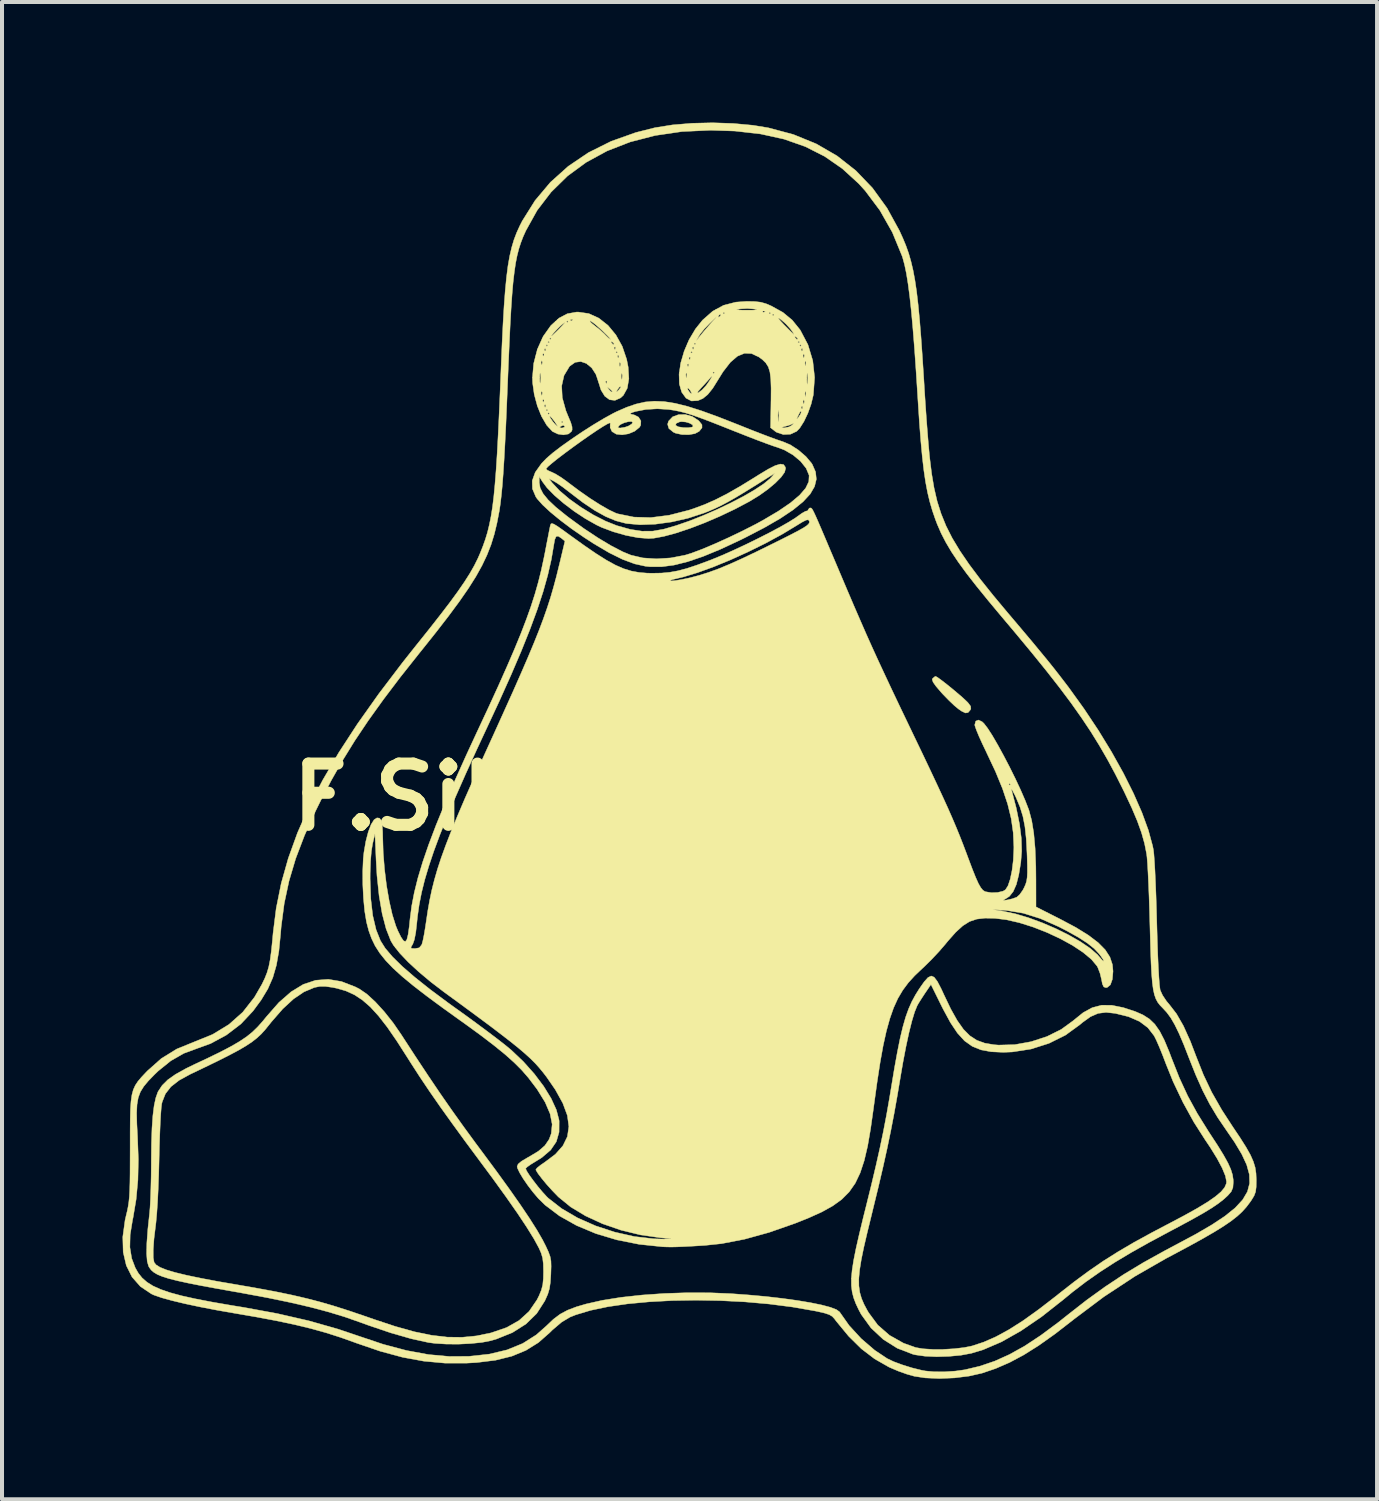
<source format=kicad_pcb>
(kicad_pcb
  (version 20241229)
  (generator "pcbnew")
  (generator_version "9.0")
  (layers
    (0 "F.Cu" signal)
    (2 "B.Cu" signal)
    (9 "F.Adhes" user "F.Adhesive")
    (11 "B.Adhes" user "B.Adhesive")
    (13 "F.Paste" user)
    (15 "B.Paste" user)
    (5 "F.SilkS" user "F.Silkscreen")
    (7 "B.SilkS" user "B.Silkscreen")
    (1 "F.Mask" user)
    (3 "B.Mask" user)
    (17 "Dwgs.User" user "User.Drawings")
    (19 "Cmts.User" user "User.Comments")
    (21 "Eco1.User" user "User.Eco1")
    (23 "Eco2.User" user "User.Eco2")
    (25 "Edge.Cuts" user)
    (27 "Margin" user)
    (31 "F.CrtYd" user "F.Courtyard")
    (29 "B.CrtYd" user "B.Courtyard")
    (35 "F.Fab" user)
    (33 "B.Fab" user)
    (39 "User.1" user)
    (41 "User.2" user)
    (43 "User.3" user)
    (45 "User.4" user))
  (footprint "F.Silk_g1518"
    (layer "F.Cu")
    (at 11.554 16.786)
    (property "Reference" "F.Silk_g1518" (at 0 0 0) (layer "F.SilkS") (effects (font (size 1.524 1.524) (thickness 0.3))))
    (attr through_hole)
    (fp_poly (pts (xy 8.726 -2.98) (xy 8.821 -2.911) (xy 8.948 -2.813) (xy 9.09 -2.698) (xy 9.233 -2.578) (xy 9.36 -2.468) (xy 9.455 -2.379) (xy 9.481 -2.353) (xy 9.549 -2.263) (xy 9.555 -2.196) (xy 9.542 -2.17) (xy 9.486 -2.105) (xy 9.42 -2.094) (xy 9.324 -2.14) (xy 9.246 -2.194) (xy 9.14 -2.282) (xy 9.004 -2.412) (xy 8.861 -2.559) (xy 8.818 -2.606) (xy 8.689 -2.757) (xy 8.616 -2.86) (xy 8.593 -2.924) (xy 8.602 -2.952) (xy 8.659 -2.999) (xy 8.679 -3.006) (xy 8.726 -2.98)) (stroke (width 0.01) (type solid)) (fill yes) (layer "F.SilkS"))
    (fp_poly (pts (xy 2.622 -9.473) (xy 2.776 -9.373) (xy 2.792 -9.357) (xy 2.864 -9.267) (xy 2.865 -9.191) (xy 2.794 -9.102) (xy 2.69 -9.046) (xy 2.537 -9.019) (xy 2.366 -9.022) (xy 2.209 -9.056) (xy 2.153 -9.081) (xy 2.04 -9.173) (xy 2.016 -9.254) (xy 2.208 -9.254) (xy 2.272 -9.216) (xy 2.275 -9.216) (xy 2.396 -9.196) (xy 2.519 -9.193) (xy 2.613 -9.206) (xy 2.643 -9.224) (xy 2.629 -9.265) (xy 2.558 -9.305) (xy 2.458 -9.335) (xy 2.354 -9.344) (xy 2.308 -9.338) (xy 2.221 -9.3) (xy 2.208 -9.254) (xy 2.016 -9.254) (xy 2.009 -9.281) (xy 2.033 -9.358) (xy 2.134 -9.464) (xy 2.28 -9.518) (xy 2.45 -9.521) (xy 2.622 -9.473)) (stroke (width 0.01) (type solid)) (fill yes) (layer "F.SilkS"))
    (fp_poly (pts (xy -6.108 4.588) (xy -5.766 4.72) (xy -5.66 4.774) (xy -5.474 4.902) (xy -5.265 5.094) (xy -5.044 5.336) (xy -4.822 5.615) (xy -4.625 5.901) (xy -4.273 6.442) (xy -3.953 6.926) (xy -3.654 7.369) (xy -3.364 7.786) (xy -3.072 8.195) (xy -2.768 8.611) (xy -2.623 8.805) (xy -2.247 9.313) (xy -1.923 9.761) (xy -1.649 10.152) (xy -1.422 10.49) (xy -1.24 10.778) (xy -1.1 11.021) (xy -1.026 11.166) (xy -0.957 11.316) (xy -0.915 11.431) (xy -0.894 11.541) (xy -0.89 11.676) (xy -0.896 11.865) (xy -0.896 11.869) (xy -0.909 12.077) (xy -0.932 12.232) (xy -0.972 12.367) (xy -1.037 12.514) (xy -1.049 12.539) (xy -1.248 12.849) (xy -1.516 13.111) (xy -1.852 13.324) (xy -2.253 13.486) (xy -2.392 13.526) (xy -2.613 13.569) (xy -2.889 13.597) (xy -3.194 13.612) (xy -3.5 13.61) (xy -3.778 13.593) (xy -3.94 13.572) (xy -4.376 13.476) (xy -4.877 13.332) (xy -5.444 13.14) (xy -5.628 13.073) (xy -6.016 12.937) (xy -6.429 12.811) (xy -6.88 12.691) (xy -7.38 12.575) (xy -7.939 12.459) (xy -8.569 12.342) (xy -8.721 12.315) (xy -9.194 12.231) (xy -9.591 12.158) (xy -9.919 12.093) (xy -10.185 12.035) (xy -10.397 11.982) (xy -10.561 11.93) (xy -10.685 11.879) (xy -10.776 11.825) (xy -10.842 11.768) (xy -10.889 11.704) (xy -10.906 11.674) (xy -10.941 11.553) (xy -10.956 11.36) (xy -10.954 11.264) (xy -10.791 11.264) (xy -10.79 11.462) (xy -10.769 11.576) (xy -10.72 11.638) (xy -10.621 11.7) (xy -10.464 11.763) (xy -10.247 11.828) (xy -9.963 11.897) (xy -9.609 11.971) (xy -9.18 12.052) (xy -8.742 12.127) (xy -8.215 12.219) (xy -7.755 12.304) (xy -7.344 12.389) (xy -6.966 12.477) (xy -6.603 12.572) (xy -6.237 12.68) (xy -5.853 12.804) (xy -5.431 12.948) (xy -5.303 12.993) (xy -4.769 13.17) (xy -4.294 13.303) (xy -3.866 13.391) (xy -3.473 13.437) (xy -3.103 13.441) (xy -2.746 13.406) (xy -2.388 13.332) (xy -2.372 13.327) (xy -1.996 13.198) (xy -1.687 13.023) (xy -1.439 12.797) (xy -1.244 12.513) (xy -1.192 12.411) (xy -1.133 12.268) (xy -1.098 12.134) (xy -1.083 11.975) (xy -1.08 11.811) (xy -1.084 11.614) (xy -1.101 11.47) (xy -1.138 11.345) (xy -1.194 11.218) (xy -1.318 10.99) (xy -1.495 10.704) (xy -1.724 10.359) (xy -2.007 9.954) (xy -2.344 9.487) (xy -2.635 9.095) (xy -3.019 8.577) (xy -3.356 8.114) (xy -3.654 7.698) (xy -3.919 7.316) (xy -4.158 6.96) (xy -4.378 6.619) (xy -4.468 6.477) (xy -4.732 6.065) (xy -4.968 5.723) (xy -5.184 5.445) (xy -5.387 5.223) (xy -5.585 5.05) (xy -5.784 4.919) (xy -5.992 4.824) (xy -6.217 4.758) (xy -6.322 4.736) (xy -6.504 4.71) (xy -6.642 4.709) (xy -6.772 4.735) (xy -6.783 4.738) (xy -7.04 4.846) (xy -7.3 5.022) (xy -7.569 5.27) (xy -7.852 5.595) (xy -7.91 5.668) (xy -8.007 5.788) (xy -8.104 5.895) (xy -8.212 5.995) (xy -8.337 6.093) (xy -8.489 6.193) (xy -8.677 6.303) (xy -8.909 6.426) (xy -9.193 6.569) (xy -9.539 6.737) (xy -9.872 6.896) (xy -10.149 7.048) (xy -10.351 7.206) (xy -10.488 7.382) (xy -10.568 7.585) (xy -10.58 7.636) (xy -10.592 7.736) (xy -10.605 7.907) (xy -10.617 8.135) (xy -10.628 8.407) (xy -10.638 8.71) (xy -10.645 9.017) (xy -10.654 9.39) (xy -10.667 9.749) (xy -10.683 10.077) (xy -10.702 10.359) (xy -10.722 10.579) (xy -10.73 10.647) (xy -10.772 10.991) (xy -10.791 11.264) (xy -10.954 11.264) (xy -10.95 11.094) (xy -10.925 10.751) (xy -10.882 10.351) (xy -10.87 10.205) (xy -10.859 9.993) (xy -10.85 9.734) (xy -10.843 9.445) (xy -10.84 9.147) (xy -10.84 9.073) (xy -10.835 8.616) (xy -10.822 8.236) (xy -10.8 7.926) (xy -10.769 7.678) (xy -10.728 7.486) (xy -10.677 7.341) (xy -10.667 7.322) (xy -10.569 7.173) (xy -10.428 7.033) (xy -10.232 6.895) (xy -9.972 6.751) (xy -9.779 6.657) (xy -9.403 6.48) (xy -9.095 6.329) (xy -8.844 6.197) (xy -8.639 6.077) (xy -8.469 5.963) (xy -8.325 5.847) (xy -8.196 5.722) (xy -8.071 5.582) (xy -7.972 5.461) (xy -7.665 5.111) (xy -7.361 4.845) (xy -7.058 4.66) (xy -6.75 4.557) (xy -6.435 4.533) (xy -6.108 4.588)) (stroke (width 0.01) (type solid)) (fill yes) (layer "F.SilkS"))
    (fp_poly (pts (xy 8.642 4.481) (xy 8.721 4.585) (xy 8.815 4.765) (xy 8.884 4.914) (xy 9.056 5.273) (xy 9.215 5.557) (xy 9.37 5.777) (xy 9.53 5.938) (xy 9.704 6.051) (xy 9.9 6.122) (xy 10.129 6.161) (xy 10.244 6.17) (xy 10.647 6.159) (xy 11.055 6.085) (xy 11.448 5.957) (xy 11.804 5.78) (xy 12.105 5.561) (xy 12.116 5.551) (xy 12.35 5.362) (xy 12.575 5.239) (xy 12.808 5.178) (xy 13.061 5.179) (xy 13.351 5.238) (xy 13.647 5.335) (xy 13.838 5.419) (xy 13.997 5.52) (xy 14.132 5.65) (xy 14.253 5.822) (xy 14.369 6.047) (xy 14.49 6.337) (xy 14.55 6.496) (xy 14.744 6.987) (xy 14.951 7.434) (xy 15.189 7.87) (xy 15.472 8.325) (xy 15.509 8.381) (xy 15.701 8.675) (xy 15.847 8.913) (xy 15.953 9.105) (xy 16.024 9.263) (xy 16.066 9.398) (xy 16.084 9.521) (xy 16.086 9.577) (xy 16.076 9.716) (xy 16.033 9.818) (xy 15.947 9.916) (xy 15.84 10.013) (xy 15.71 10.114) (xy 15.546 10.225) (xy 15.339 10.351) (xy 15.08 10.497) (xy 14.759 10.671) (xy 14.529 10.793) (xy 14 11.076) (xy 13.538 11.336) (xy 13.129 11.581) (xy 12.76 11.82) (xy 12.418 12.06) (xy 12.091 12.31) (xy 11.86 12.5) (xy 11.315 12.93) (xy 10.801 13.281) (xy 10.317 13.555) (xy 9.863 13.75) (xy 9.57 13.839) (xy 9.308 13.888) (xy 9.009 13.916) (xy 8.703 13.925) (xy 8.415 13.912) (xy 8.174 13.878) (xy 8.115 13.864) (xy 7.725 13.714) (xy 7.374 13.493) (xy 7.071 13.21) (xy 6.827 12.873) (xy 6.763 12.753) (xy 6.692 12.602) (xy 6.638 12.459) (xy 6.601 12.313) (xy 6.582 12.157) (xy 6.581 11.981) (xy 6.767 11.981) (xy 6.769 12.163) (xy 6.791 12.324) (xy 6.834 12.473) (xy 6.897 12.621) (xy 6.98 12.776) (xy 7.01 12.827) (xy 7.239 13.137) (xy 7.531 13.392) (xy 7.88 13.588) (xy 8.182 13.696) (xy 8.361 13.727) (xy 8.598 13.742) (xy 8.866 13.742) (xy 9.14 13.726) (xy 9.393 13.696) (xy 9.588 13.656) (xy 9.878 13.56) (xy 10.18 13.427) (xy 10.501 13.252) (xy 10.852 13.029) (xy 11.239 12.752) (xy 11.672 12.418) (xy 11.744 12.36) (xy 12.127 12.06) (xy 12.488 11.794) (xy 12.843 11.549) (xy 13.212 11.316) (xy 13.61 11.082) (xy 14.056 10.838) (xy 14.457 10.627) (xy 14.857 10.416) (xy 15.184 10.234) (xy 15.444 10.076) (xy 15.641 9.939) (xy 15.781 9.82) (xy 15.87 9.713) (xy 15.912 9.616) (xy 15.917 9.568) (xy 15.89 9.427) (xy 15.81 9.232) (xy 15.682 8.991) (xy 15.511 8.714) (xy 15.385 8.527) (xy 15.104 8.087) (xy 14.833 7.595) (xy 14.59 7.084) (xy 14.411 6.641) (xy 14.329 6.426) (xy 14.247 6.223) (xy 14.173 6.054) (xy 14.117 5.942) (xy 14.115 5.939) (xy 13.96 5.738) (xy 13.751 5.581) (xy 13.479 5.463) (xy 13.148 5.381) (xy 12.919 5.356) (xy 12.721 5.381) (xy 12.533 5.463) (xy 12.33 5.609) (xy 12.268 5.662) (xy 11.909 5.923) (xy 11.498 6.127) (xy 11.052 6.269) (xy 10.587 6.341) (xy 10.36 6.35) (xy 10.06 6.336) (xy 9.807 6.289) (xy 9.59 6.201) (xy 9.398 6.065) (xy 9.221 5.871) (xy 9.048 5.612) (xy 8.868 5.28) (xy 8.834 5.213) (xy 8.562 4.662) (xy 8.413 4.881) (xy 8.326 5.014) (xy 8.253 5.13) (xy 8.219 5.191) (xy 8.156 5.346) (xy 8.087 5.574) (xy 8.014 5.866) (xy 7.94 6.21) (xy 7.866 6.596) (xy 7.81 6.921) (xy 7.728 7.411) (xy 7.647 7.865) (xy 7.563 8.302) (xy 7.472 8.742) (xy 7.37 9.202) (xy 7.253 9.702) (xy 7.117 10.26) (xy 7.085 10.393) (xy 6.977 10.834) (xy 6.891 11.203) (xy 6.828 11.51) (xy 6.787 11.766) (xy 6.767 11.981) (xy 6.581 11.981) (xy 6.581 11.98) (xy 6.6 11.773) (xy 6.638 11.527) (xy 6.697 11.232) (xy 6.777 10.88) (xy 6.878 10.46) (xy 6.944 10.198) (xy 7.078 9.656) (xy 7.192 9.175) (xy 7.29 8.739) (xy 7.376 8.328) (xy 7.454 7.923) (xy 7.527 7.507) (xy 7.575 7.218) (xy 7.654 6.741) (xy 7.727 6.339) (xy 7.795 6) (xy 7.863 5.716) (xy 7.932 5.475) (xy 8.006 5.269) (xy 8.087 5.086) (xy 8.179 4.917) (xy 8.269 4.773) (xy 8.391 4.598) (xy 8.487 4.49) (xy 8.567 4.45) (xy 8.642 4.481)) (stroke (width 0.01) (type solid)) (fill yes) (layer "F.SilkS"))
    (fp_poly (pts (xy 1.926 -9.843) (xy 2.197 -9.8) (xy 2.503 -9.724) (xy 2.853 -9.613) (xy 3.258 -9.466) (xy 3.728 -9.282) (xy 3.791 -9.257) (xy 4.06 -9.149) (xy 4.314 -9.05) (xy 4.538 -8.965) (xy 4.718 -8.899) (xy 4.841 -8.857) (xy 4.871 -8.848) (xy 5.061 -8.768) (xy 5.263 -8.637) (xy 5.45 -8.476) (xy 5.591 -8.309) (xy 5.611 -8.276) (xy 5.691 -8.093) (xy 5.71 -7.912) (xy 5.666 -7.73) (xy 5.557 -7.543) (xy 5.38 -7.351) (xy 5.132 -7.149) (xy 4.811 -6.934) (xy 4.414 -6.705) (xy 3.938 -6.458) (xy 3.81 -6.395) (xy 3.321 -6.167) (xy 2.89 -5.989) (xy 2.508 -5.859) (xy 2.168 -5.774) (xy 1.86 -5.733) (xy 1.576 -5.733) (xy 1.46 -5.745) (xy 1.191 -5.804) (xy 0.891 -5.915) (xy 0.553 -6.082) (xy 0.17 -6.308) (xy -0.073 -6.466) (xy -0.384 -6.681) (xy -0.665 -6.893) (xy -0.908 -7.093) (xy -1.101 -7.272) (xy -1.235 -7.422) (xy -1.27 -7.472) (xy -1.355 -7.672) (xy -1.359 -7.824) (xy -1.185 -7.824) (xy -1.162 -7.692) (xy -1.09 -7.552) (xy -0.962 -7.395) (xy -0.772 -7.216) (xy -0.514 -7.007) (xy -0.442 -6.952) (xy -0.077 -6.686) (xy 0.276 -6.452) (xy 0.603 -6.256) (xy 0.892 -6.106) (xy 1.096 -6.022) (xy 1.392 -5.953) (xy 1.732 -5.93) (xy 2.09 -5.953) (xy 2.441 -6.021) (xy 2.596 -6.068) (xy 2.865 -6.169) (xy 3.183 -6.303) (xy 3.528 -6.459) (xy 3.876 -6.626) (xy 4.204 -6.793) (xy 4.381 -6.89) (xy 4.764 -7.116) (xy 5.067 -7.323) (xy 5.293 -7.513) (xy 5.444 -7.688) (xy 5.522 -7.851) (xy 5.53 -8.003) (xy 5.529 -8.01) (xy 5.456 -8.184) (xy 5.318 -8.357) (xy 5.131 -8.514) (xy 4.913 -8.64) (xy 4.748 -8.702) (xy 4.635 -8.739) (xy 4.46 -8.802) (xy 4.239 -8.885) (xy 3.988 -8.982) (xy 3.725 -9.086) (xy 3.683 -9.102) (xy 3.327 -9.244) (xy 3.038 -9.357) (xy 2.803 -9.445) (xy 2.611 -9.512) (xy 2.45 -9.562) (xy 2.309 -9.598) (xy 2.174 -9.625) (xy 2.039 -9.646) (xy 1.755 -9.664) (xy 1.467 -9.647) (xy 1.211 -9.597) (xy 1.137 -9.574) (xy 1.08 -9.548) (xy 1.092 -9.531) (xy 1.177 -9.512) (xy 1.286 -9.457) (xy 1.344 -9.362) (xy 1.339 -9.255) (xy 1.31 -9.204) (xy 1.19 -9.106) (xy 1.038 -9.042) (xy 0.878 -9.016) (xy 0.733 -9.032) (xy 0.63 -9.093) (xy 0.619 -9.107) (xy 0.58 -9.196) (xy 0.58 -9.201) (xy 0.769 -9.201) (xy 0.805 -9.187) (xy 0.836 -9.186) (xy 0.945 -9.204) (xy 1.035 -9.235) (xy 1.114 -9.284) (xy 1.143 -9.325) (xy 1.109 -9.348) (xy 1.028 -9.342) (xy 0.928 -9.315) (xy 0.838 -9.274) (xy 0.806 -9.249) (xy 0.769 -9.201) (xy 0.58 -9.201) (xy 0.579 -9.255) (xy 0.583 -9.306) (xy 0.572 -9.313) (xy 0.513 -9.289) (xy 0.4 -9.223) (xy 0.246 -9.124) (xy 0.063 -9) (xy -0.137 -8.86) (xy -0.341 -8.713) (xy -0.539 -8.567) (xy -0.717 -8.432) (xy -0.863 -8.315) (xy -0.967 -8.226) (xy -1.014 -8.174) (xy -1.016 -8.168) (xy -0.98 -8.134) (xy -0.893 -8.094) (xy -0.878 -8.089) (xy -0.779 -8.041) (xy -0.641 -7.956) (xy -0.492 -7.85) (xy -0.466 -7.829) (xy -0.188 -7.621) (xy 0.083 -7.432) (xy 0.334 -7.272) (xy 0.552 -7.147) (xy 0.723 -7.066) (xy 0.772 -7.05) (xy 1.169 -6.969) (xy 1.592 -6.957) (xy 2.048 -7.015) (xy 2.543 -7.142) (xy 2.663 -7.182) (xy 2.929 -7.281) (xy 3.2 -7.401) (xy 3.49 -7.549) (xy 3.814 -7.734) (xy 4.187 -7.963) (xy 4.275 -8.019) (xy 4.511 -8.161) (xy 4.688 -8.251) (xy 4.815 -8.288) (xy 4.896 -8.275) (xy 4.938 -8.214) (xy 4.945 -8.181) (xy 4.921 -8.085) (xy 4.832 -7.961) (xy 4.689 -7.816) (xy 4.504 -7.661) (xy 4.287 -7.506) (xy 4.048 -7.36) (xy 4.043 -7.357) (xy 3.684 -7.167) (xy 3.309 -6.989) (xy 2.932 -6.827) (xy 2.566 -6.687) (xy 2.224 -6.573) (xy 1.919 -6.49) (xy 1.665 -6.443) (xy 1.535 -6.435) (xy 1.272 -6.456) (xy 0.968 -6.515) (xy 0.655 -6.604) (xy 0.363 -6.714) (xy 0.24 -6.773) (xy -0.037 -6.929) (xy -0.314 -7.112) (xy -0.577 -7.311) (xy -0.808 -7.51) (xy -0.993 -7.699) (xy -1.105 -7.849) (xy -1.152 -7.925) (xy -0.945 -7.925) (xy -0.862 -7.82) (xy -0.677 -7.623) (xy -0.431 -7.415) (xy -0.144 -7.211) (xy 0.162 -7.023) (xy 0.468 -6.867) (xy 0.744 -6.757) (xy 1.08 -6.663) (xy 1.372 -6.618) (xy 1.643 -6.62) (xy 1.916 -6.669) (xy 1.92 -6.67) (xy 2.224 -6.759) (xy 2.556 -6.874) (xy 2.902 -7.011) (xy 3.25 -7.163) (xy 3.586 -7.324) (xy 3.898 -7.486) (xy 4.172 -7.645) (xy 4.396 -7.793) (xy 4.557 -7.925) (xy 4.595 -7.965) (xy 4.678 -8.061) (xy 4.551 -7.981) (xy 4.213 -7.768) (xy 3.935 -7.596) (xy 3.704 -7.457) (xy 3.51 -7.347) (xy 3.341 -7.257) (xy 3.186 -7.183) (xy 3.034 -7.117) (xy 2.914 -7.07) (xy 2.519 -6.941) (xy 2.108 -6.847) (xy 1.702 -6.792) (xy 1.323 -6.778) (xy 0.992 -6.808) (xy 0.966 -6.813) (xy 0.719 -6.878) (xy 0.467 -6.983) (xy 0.197 -7.133) (xy -0.103 -7.335) (xy -0.444 -7.596) (xy -0.462 -7.61) (xy -0.6 -7.716) (xy -0.731 -7.807) (xy -0.818 -7.86) (xy -0.945 -7.925) (xy -1.152 -7.925) (xy -1.185 -7.98) (xy -1.185 -7.824) (xy -1.359 -7.824) (xy -1.36 -7.874) (xy -1.285 -8.083) (xy -1.129 -8.302) (xy -1.004 -8.432) (xy -0.849 -8.566) (xy -0.637 -8.728) (xy -0.386 -8.906) (xy -0.114 -9.09) (xy 0.162 -9.266) (xy 0.424 -9.423) (xy 0.653 -9.549) (xy 0.741 -9.593) (xy 0.988 -9.701) (xy 1.22 -9.781) (xy 1.447 -9.833) (xy 1.679 -9.853) (xy 1.926 -9.843)) (stroke (width 0.01) (type solid)) (fill yes) (layer "F.SilkS"))
    (fp_poly (pts (xy 0.048 -12.033) (xy 0.298 -11.919) (xy 0.526 -11.739) (xy 0.722 -11.502) (xy 0.88 -11.218) (xy 0.99 -10.895) (xy 1.028 -10.701) (xy 1.045 -10.41) (xy 1.005 -10.175) (xy 0.909 -10) (xy 0.84 -9.936) (xy 0.699 -9.873) (xy 0.565 -9.889) (xy 0.446 -9.977) (xy 0.351 -10.131) (xy 0.329 -10.202) (xy 0.511 -10.202) (xy 0.521 -10.18) (xy 0.545 -10.149) (xy 0.607 -10.084) (xy 0.634 -10.084) (xy 0.634 -10.084) (xy 0.73 -10.084) (xy 0.744 -10.087) (xy 0.786 -10.127) (xy 0.837 -10.189) (xy 0.843 -10.221) (xy 0.809 -10.205) (xy 0.766 -10.147) (xy 0.73 -10.084) (xy 0.634 -10.084) (xy 0.635 -10.091) (xy 0.606 -10.127) (xy 0.561 -10.165) (xy 0.511 -10.202) (xy 0.329 -10.202) (xy 0.297 -10.305) (xy 0.289 -10.329) (xy 0.466 -10.329) (xy 0.481 -10.294) (xy 0.494 -10.301) (xy 0.499 -10.351) (xy 0.494 -10.358) (xy 0.469 -10.352) (xy 0.466 -10.329) (xy 0.289 -10.329) (xy 0.24 -10.477) (xy 0.855 -10.477) (xy 0.859 -10.405) (xy 0.873 -10.399) (xy 0.874 -10.403) (xy 0.883 -10.487) (xy 0.876 -10.53) (xy 0.863 -10.547) (xy 0.855 -10.491) (xy 0.855 -10.477) (xy 0.24 -10.477) (xy 0.227 -10.517) (xy 0.121 -10.681) (xy 0.007 -10.777) (xy 0.808 -10.777) (xy 0.815 -10.722) (xy 0.83 -10.722) (xy 0.84 -10.778) (xy 0.833 -10.803) (xy 0.814 -10.819) (xy 0.808 -10.777) (xy 0.007 -10.777) (xy -0.008 -10.79) (xy -0.15 -10.839) (xy -0.292 -10.82) (xy -0.423 -10.727) (xy -0.437 -10.711) (xy -0.569 -10.491) (xy -0.627 -10.232) (xy -0.612 -9.939) (xy -0.522 -9.616) (xy -0.472 -9.493) (xy -0.402 -9.326) (xy -0.369 -9.215) (xy -0.367 -9.14) (xy -0.381 -9.102) (xy -0.459 -9.037) (xy -0.582 -9.015) (xy -0.722 -9.035) (xy -0.85 -9.096) (xy -0.862 -9.105) (xy -0.952 -9.203) (xy -0.677 -9.203) (xy -0.643 -9.188) (xy -0.614 -9.186) (xy -0.557 -9.208) (xy -0.55 -9.227) (xy -0.581 -9.251) (xy -0.614 -9.244) (xy -0.67 -9.214) (xy -0.677 -9.203) (xy -0.952 -9.203) (xy -1.001 -9.257) (xy -1.123 -9.466) (xy -0.925 -9.466) (xy -0.906 -9.43) (xy -0.856 -9.357) (xy -0.793 -9.281) (xy -0.743 -9.233) (xy -0.733 -9.229) (xy -0.745 -9.258) (xy -0.794 -9.332) (xy -0.796 -9.335) (xy -0.635 -9.335) (xy -0.614 -9.313) (xy -0.593 -9.335) (xy -0.614 -9.356) (xy -0.635 -9.335) (xy -0.796 -9.335) (xy -0.811 -9.356) (xy -0.88 -9.442) (xy -0.921 -9.481) (xy -0.925 -9.466) (xy -1.123 -9.466) (xy -1.127 -9.473) (xy -1.157 -9.546) (xy -0.974 -9.546) (xy -0.953 -9.525) (xy -0.931 -9.546) (xy -0.953 -9.567) (xy -0.974 -9.546) (xy -1.157 -9.546) (xy -1.191 -9.631) (xy -1.016 -9.631) (xy -0.995 -9.61) (xy -0.974 -9.631) (xy -0.995 -9.652) (xy -1.016 -9.631) (xy -1.191 -9.631) (xy -1.232 -9.733) (xy -1.233 -9.737) (xy -1.058 -9.737) (xy -1.043 -9.702) (xy -1.03 -9.708) (xy -1.025 -9.759) (xy -1.03 -9.765) (xy -1.055 -9.759) (xy -1.058 -9.737) (xy -1.233 -9.737) (xy -1.268 -9.864) (xy -1.101 -9.864) (xy -1.085 -9.829) (xy -1.072 -9.835) (xy -1.067 -9.886) (xy -1.072 -9.892) (xy -1.098 -9.886) (xy -1.101 -9.864) (xy -1.268 -9.864) (xy -1.309 -10.018) (xy -1.315 -10.058) (xy -1.14 -10.058) (xy -1.132 -10.003) (xy -1.117 -10.002) (xy -1.107 -10.059) (xy -1.114 -10.083) (xy -1.133 -10.099) (xy -1.14 -10.058) (xy -1.315 -10.058) (xy -1.35 -10.306) (xy -1.355 -10.434) (xy -1.355 -10.435) (xy -1.173 -10.435) (xy -1.171 -10.335) (xy -1.163 -10.298) (xy -1.156 -10.318) (xy -1.148 -10.434) (xy -1.155 -10.53) (xy -1.165 -10.559) (xy -1.171 -10.513) (xy -1.173 -10.435) (xy -1.355 -10.435) (xy -1.323 -10.796) (xy -1.316 -10.82) (xy -1.14 -10.82) (xy -1.132 -10.765) (xy -1.117 -10.764) (xy -1.107 -10.821) (xy -1.114 -10.845) (xy -1.133 -10.861) (xy -1.14 -10.82) (xy -1.316 -10.82) (xy -1.279 -10.964) (xy 0.762 -10.964) (xy 0.777 -10.929) (xy 0.79 -10.936) (xy 0.795 -10.986) (xy 0.79 -10.993) (xy 0.765 -10.987) (xy 0.762 -10.964) (xy -1.279 -10.964) (xy -1.268 -11.007) (xy -1.101 -11.007) (xy -1.085 -10.972) (xy -1.072 -10.978) (xy -1.067 -11.029) (xy -1.072 -11.035) (xy -1.098 -11.029) (xy -1.101 -11.007) (xy -1.268 -11.007) (xy -1.251 -11.07) (xy 0.72 -11.07) (xy 0.741 -11.049) (xy 0.762 -11.07) (xy 0.741 -11.091) (xy 0.72 -11.07) (xy -1.251 -11.07) (xy -1.235 -11.134) (xy -1.058 -11.134) (xy -1.043 -11.099) (xy -1.03 -11.105) (xy -1.025 -11.156) (xy -1.03 -11.162) (xy -1.055 -11.156) (xy -1.058 -11.134) (xy -1.235 -11.134) (xy -1.231 -11.147) (xy -1.218 -11.176) (xy 0.677 -11.176) (xy 0.693 -11.141) (xy 0.706 -11.148) (xy 0.711 -11.198) (xy 0.706 -11.204) (xy 0.68 -11.198) (xy 0.677 -11.176) (xy -1.218 -11.176) (xy -1.19 -11.239) (xy -1.016 -11.239) (xy -0.995 -11.218) (xy -0.974 -11.239) (xy -0.995 -11.261) (xy -1.016 -11.239) (xy -1.19 -11.239) (xy -1.152 -11.324) (xy -0.974 -11.324) (xy -0.953 -11.303) (xy -0.931 -11.324) (xy -0.94 -11.333) (xy 0.599 -11.333) (xy 0.61 -11.31) (xy 0.652 -11.264) (xy 0.677 -11.273) (xy 0.677 -11.279) (xy 0.647 -11.315) (xy 0.628 -11.328) (xy 0.599 -11.333) (xy -0.94 -11.333) (xy -0.953 -11.345) (xy -0.974 -11.324) (xy -1.152 -11.324) (xy -1.114 -11.409) (xy -0.931 -11.409) (xy -0.91 -11.388) (xy -0.889 -11.409) (xy -0.91 -11.43) (xy -0.931 -11.409) (xy -1.114 -11.409) (xy -1.088 -11.465) (xy -1.083 -11.472) (xy -0.885 -11.472) (xy -0.846 -11.5) (xy -0.769 -11.572) (xy -0.699 -11.642) (xy -0.612 -11.733) (xy -0.561 -11.795) (xy -0.554 -11.811) (xy -0.593 -11.783) (xy -0.671 -11.712) (xy -0.741 -11.642) (xy -0.827 -11.55) (xy -0.878 -11.489) (xy -0.885 -11.472) (xy -1.083 -11.472) (xy -0.901 -11.729) (xy -0.891 -11.74) (xy -0.79 -11.832) (xy -0.508 -11.832) (xy -0.487 -11.811) (xy -0.466 -11.832) (xy -0.487 -11.853) (xy -0.508 -11.832) (xy -0.79 -11.832) (xy -0.735 -11.882) (xy -0.409 -11.882) (xy -0.403 -11.856) (xy -0.381 -11.853) (xy 0.076 -11.853) (xy 0.079 -11.832) (xy 0.138 -11.776) (xy 0.195 -11.732) (xy 0.32 -11.632) (xy 0.434 -11.529) (xy 0.462 -11.499) (xy 0.536 -11.426) (xy 0.585 -11.39) (xy 0.589 -11.389) (xy 0.573 -11.416) (xy 0.507 -11.487) (xy 0.404 -11.588) (xy 0.368 -11.622) (xy 0.248 -11.731) (xy 0.147 -11.812) (xy 0.084 -11.852) (xy 0.076 -11.853) (xy -0.381 -11.853) (xy -0.346 -11.869) (xy -0.353 -11.882) (xy -0.403 -11.887) (xy -0.409 -11.882) (xy -0.735 -11.882) (xy -0.691 -11.922) (xy -0.487 -12.029) (xy -0.26 -12.07) (xy -0.215 -12.071) (xy 0.048 -12.033)) (stroke (width 0.01) (type solid)) (fill yes) (layer "F.SilkS"))
    (fp_poly (pts (xy 4.178 -12.333) (xy 4.326 -12.316) (xy 4.457 -12.279) (xy 4.586 -12.224) (xy 4.879 -12.062) (xy 5.11 -11.871) (xy 5.303 -11.632) (xy 5.311 -11.62) (xy 5.501 -11.259) (xy 5.621 -10.862) (xy 5.667 -10.444) (xy 5.636 -10.019) (xy 5.635 -10.008) (xy 5.581 -9.783) (xy 5.5 -9.555) (xy 5.402 -9.348) (xy 5.298 -9.184) (xy 5.221 -9.103) (xy 5.066 -9.031) (xy 4.89 -9.023) (xy 4.725 -9.077) (xy 4.683 -9.105) (xy 4.571 -9.193) (xy 4.571 -9.195) (xy 4.85 -9.195) (xy 4.917 -9.191) (xy 5.034 -9.215) (xy 5.109 -9.26) (xy 5.15 -9.302) (xy 5.135 -9.297) (xy 5.056 -9.262) (xy 4.944 -9.228) (xy 4.942 -9.228) (xy 4.857 -9.206) (xy 4.85 -9.195) (xy 4.571 -9.195) (xy 4.575 -9.483) (xy 4.754 -9.483) (xy 4.757 -9.378) (xy 4.763 -9.339) (xy 4.772 -9.366) (xy 4.774 -9.412) (xy 5.221 -9.412) (xy 5.23 -9.413) (xy 5.268 -9.459) (xy 5.319 -9.538) (xy 5.334 -9.582) (xy 5.326 -9.609) (xy 5.297 -9.571) (xy 5.253 -9.483) (xy 5.221 -9.412) (xy 4.774 -9.412) (xy 4.779 -9.503) (xy 4.772 -9.599) (xy 4.762 -9.625) (xy 4.756 -9.577) (xy 4.754 -9.483) (xy 4.575 -9.483) (xy 4.579 -9.694) (xy 5.334 -9.694) (xy 5.349 -9.659) (xy 5.362 -9.666) (xy 5.367 -9.716) (xy 5.362 -9.723) (xy 5.337 -9.717) (xy 5.334 -9.694) (xy 4.579 -9.694) (xy 4.581 -9.846) (xy 5.38 -9.846) (xy 5.387 -9.791) (xy 5.402 -9.79) (xy 5.412 -9.847) (xy 5.405 -9.872) (xy 5.386 -9.888) (xy 5.38 -9.846) (xy 4.581 -9.846) (xy 4.582 -9.878) (xy 4.583 -10.033) (xy 5.425 -10.033) (xy 5.432 -9.973) (xy 5.447 -9.98) (xy 5.452 -10.067) (xy 5.447 -10.086) (xy 5.431 -10.091) (xy 5.425 -10.033) (xy 4.583 -10.033) (xy 4.584 -10.176) (xy 4.576 -10.404) (xy 4.575 -10.414) (xy 5.474 -10.414) (xy 5.476 -10.309) (xy 5.483 -10.27) (xy 5.491 -10.298) (xy 5.498 -10.434) (xy 5.491 -10.53) (xy 5.482 -10.557) (xy 5.476 -10.509) (xy 5.474 -10.414) (xy 4.575 -10.414) (xy 4.555 -10.576) (xy 4.516 -10.704) (xy 4.46 -10.795) (xy 5.425 -10.795) (xy 5.432 -10.735) (xy 5.447 -10.742) (xy 5.452 -10.829) (xy 5.447 -10.848) (xy 5.431 -10.853) (xy 5.425 -10.795) (xy 4.46 -10.795) (xy 4.455 -10.803) (xy 4.369 -10.887) (xy 4.278 -10.954) (xy 4.202 -10.989) (xy 5.38 -10.989) (xy 5.387 -10.934) (xy 5.402 -10.933) (xy 5.412 -10.99) (xy 5.405 -11.015) (xy 5.386 -11.031) (xy 5.38 -10.989) (xy 4.202 -10.989) (xy 4.099 -11.038) (xy 3.923 -11.045) (xy 3.748 -10.973) (xy 3.571 -10.821) (xy 3.39 -10.588) (xy 3.269 -10.393) (xy 3.131 -10.172) (xy 3.008 -10.019) (xy 2.887 -9.92) (xy 2.763 -9.867) (xy 2.602 -9.858) (xy 2.467 -9.929) (xy 2.36 -10.076) (xy 2.33 -10.18) (xy 2.504 -10.18) (xy 2.513 -10.14) (xy 2.553 -10.08) (xy 2.598 -10.037) (xy 2.609 -10.033) (xy 2.604 -10.058) (xy 2.749 -10.058) (xy 2.782 -10.069) (xy 2.869 -10.136) (xy 2.962 -10.237) (xy 2.977 -10.256) (xy 3.045 -10.353) (xy 3.094 -10.431) (xy 3.116 -10.476) (xy 3.105 -10.474) (xy 3.071 -10.435) (xy 3.002 -10.355) (xy 2.903 -10.246) (xy 2.846 -10.185) (xy 2.766 -10.094) (xy 2.749 -10.058) (xy 2.604 -10.058) (xy 2.603 -10.063) (xy 2.574 -10.116) (xy 2.527 -10.173) (xy 2.504 -10.18) (xy 2.33 -10.18) (xy 2.301 -10.279) (xy 2.295 -10.499) (xy 2.462 -10.499) (xy 2.469 -10.439) (xy 2.483 -10.446) (xy 2.489 -10.532) (xy 2.483 -10.552) (xy 2.468 -10.557) (xy 2.462 -10.499) (xy 2.295 -10.499) (xy 2.294 -10.527) (xy 2.299 -10.562) (xy 3.133 -10.562) (xy 3.154 -10.541) (xy 3.175 -10.562) (xy 3.154 -10.583) (xy 3.133 -10.562) (xy 2.299 -10.562) (xy 2.328 -10.753) (xy 2.498 -10.753) (xy 2.513 -10.718) (xy 2.526 -10.724) (xy 2.531 -10.775) (xy 2.526 -10.781) (xy 2.501 -10.775) (xy 2.498 -10.753) (xy 2.328 -10.753) (xy 2.335 -10.805) (xy 2.37 -10.922) (xy 2.54 -10.922) (xy 2.555 -10.887) (xy 2.568 -10.894) (xy 2.573 -10.944) (xy 2.568 -10.95) (xy 2.543 -10.944) (xy 2.54 -10.922) (xy 2.37 -10.922) (xy 2.413 -11.07) (xy 2.582 -11.07) (xy 2.603 -11.049) (xy 2.625 -11.07) (xy 2.603 -11.091) (xy 2.582 -11.07) (xy 2.413 -11.07) (xy 2.42 -11.095) (xy 2.437 -11.134) (xy 5.334 -11.134) (xy 5.349 -11.099) (xy 5.362 -11.105) (xy 5.367 -11.156) (xy 5.362 -11.162) (xy 5.337 -11.156) (xy 5.334 -11.134) (xy 2.437 -11.134) (xy 2.455 -11.176) (xy 2.625 -11.176) (xy 2.64 -11.141) (xy 2.653 -11.148) (xy 2.658 -11.198) (xy 2.653 -11.204) (xy 2.628 -11.198) (xy 2.625 -11.176) (xy 2.455 -11.176) (xy 2.482 -11.239) (xy 5.292 -11.239) (xy 5.313 -11.218) (xy 5.334 -11.239) (xy 5.313 -11.261) (xy 5.292 -11.239) (xy 2.482 -11.239) (xy 2.5 -11.282) (xy 2.667 -11.282) (xy 2.688 -11.261) (xy 2.709 -11.282) (xy 2.688 -11.303) (xy 2.667 -11.282) (xy 2.5 -11.282) (xy 2.519 -11.324) (xy 5.249 -11.324) (xy 5.271 -11.303) (xy 5.292 -11.324) (xy 5.271 -11.345) (xy 5.249 -11.324) (xy 2.519 -11.324) (xy 2.534 -11.359) (xy 2.729 -11.359) (xy 2.765 -11.407) (xy 2.781 -11.43) (xy 2.805 -11.46) (xy 5.171 -11.46) (xy 5.182 -11.437) (xy 5.224 -11.391) (xy 5.249 -11.4) (xy 5.249 -11.406) (xy 5.219 -11.442) (xy 5.2 -11.455) (xy 5.171 -11.46) (xy 2.805 -11.46) (xy 2.85 -11.518) (xy 2.952 -11.639) (xy 3.046 -11.748) (xy 3.204 -11.924) (xy 4.766 -11.924) (xy 4.772 -11.903) (xy 4.839 -11.827) (xy 4.909 -11.753) (xy 5.02 -11.641) (xy 5.105 -11.557) (xy 5.151 -11.516) (xy 5.155 -11.515) (xy 5.141 -11.544) (xy 5.089 -11.619) (xy 5.063 -11.653) (xy 4.954 -11.774) (xy 4.829 -11.884) (xy 4.818 -11.892) (xy 4.766 -11.924) (xy 3.204 -11.924) (xy 3.219 -11.941) (xy 3.27 -11.941) (xy 3.276 -11.938) (xy 3.314 -11.968) (xy 3.323 -11.98) (xy 3.329 -12.002) (xy 4.614 -12.002) (xy 4.636 -11.98) (xy 4.657 -12.002) (xy 4.636 -12.023) (xy 4.614 -12.002) (xy 3.329 -12.002) (xy 3.334 -12.02) (xy 3.328 -12.023) (xy 3.29 -11.993) (xy 3.281 -11.98) (xy 3.27 -11.941) (xy 3.219 -11.941) (xy 3.235 -11.959) (xy 3.045 -11.78) (xy 2.928 -11.657) (xy 2.826 -11.533) (xy 2.78 -11.462) (xy 2.734 -11.376) (xy 2.729 -11.359) (xy 2.534 -11.359) (xy 2.543 -11.382) (xy 2.701 -11.649) (xy 2.877 -11.869) (xy 3.076 -12.044) (xy 3.387 -12.044) (xy 3.408 -12.023) (xy 3.429 -12.044) (xy 4.53 -12.044) (xy 4.551 -12.023) (xy 4.572 -12.044) (xy 4.551 -12.065) (xy 4.53 -12.044) (xy 3.429 -12.044) (xy 3.408 -12.065) (xy 3.387 -12.044) (xy 3.076 -12.044) (xy 3.129 -12.091) (xy 3.133 -12.093) (xy 4.374 -12.093) (xy 4.38 -12.068) (xy 4.403 -12.065) (xy 4.438 -12.08) (xy 4.431 -12.093) (xy 4.381 -12.098) (xy 4.374 -12.093) (xy 3.133 -12.093) (xy 3.207 -12.133) (xy 3.731 -12.133) (xy 3.731 -12.124) (xy 3.805 -12.12) (xy 3.959 -12.118) (xy 3.979 -12.118) (xy 4.141 -12.119) (xy 4.224 -12.124) (xy 4.231 -12.132) (xy 4.169 -12.146) (xy 4.159 -12.147) (xy 3.993 -12.159) (xy 3.82 -12.15) (xy 3.799 -12.147) (xy 3.731 -12.133) (xy 3.207 -12.133) (xy 3.401 -12.239) (xy 3.707 -12.318) (xy 3.979 -12.337) (xy 4.178 -12.333)) (stroke (width 0.01) (type solid)) (fill yes) (layer "F.SilkS"))
    (fp_poly (pts (xy 3.642 -16.764) (xy 4.13 -16.719) (xy 4.514 -16.656) (xy 5.137 -16.49) (xy 5.707 -16.257) (xy 6.226 -15.957) (xy 6.693 -15.59) (xy 7.108 -15.157) (xy 7.47 -14.657) (xy 7.776 -14.099) (xy 7.863 -13.908) (xy 7.94 -13.722) (xy 8.007 -13.533) (xy 8.065 -13.331) (xy 8.117 -13.111) (xy 8.163 -12.864) (xy 8.205 -12.582) (xy 8.243 -12.258) (xy 8.279 -11.884) (xy 8.314 -11.451) (xy 8.349 -10.954) (xy 8.386 -10.383) (xy 8.403 -10.097) (xy 8.425 -9.762) (xy 8.449 -9.415) (xy 8.475 -9.078) (xy 8.5 -8.773) (xy 8.523 -8.521) (xy 8.532 -8.434) (xy 8.58 -8.045) (xy 8.64 -7.691) (xy 8.716 -7.364) (xy 8.814 -7.054) (xy 8.937 -6.751) (xy 9.091 -6.446) (xy 9.282 -6.129) (xy 9.512 -5.792) (xy 9.788 -5.424) (xy 10.114 -5.016) (xy 10.495 -4.56) (xy 10.532 -4.517) (xy 10.828 -4.167) (xy 11.077 -3.871) (xy 11.287 -3.617) (xy 11.469 -3.396) (xy 11.63 -3.195) (xy 11.778 -3.005) (xy 11.924 -2.815) (xy 11.988 -2.731) (xy 12.371 -2.199) (xy 12.729 -1.661) (xy 13.057 -1.124) (xy 13.35 -0.598) (xy 13.603 -0.092) (xy 13.812 0.384) (xy 13.972 0.822) (xy 14.078 1.213) (xy 14.098 1.312) (xy 14.11 1.419) (xy 14.123 1.599) (xy 14.137 1.839) (xy 14.15 2.129) (xy 14.163 2.456) (xy 14.174 2.808) (xy 14.182 3.111) (xy 14.194 3.534) (xy 14.206 3.908) (xy 14.22 4.227) (xy 14.235 4.485) (xy 14.249 4.674) (xy 14.264 4.787) (xy 14.268 4.805) (xy 14.325 4.93) (xy 14.421 5.074) (xy 14.501 5.17) (xy 14.673 5.393) (xy 14.845 5.693) (xy 15.016 6.072) (xy 15.157 6.441) (xy 15.341 6.906) (xy 15.549 7.344) (xy 15.798 7.781) (xy 16.073 8.205) (xy 16.263 8.488) (xy 16.407 8.717) (xy 16.513 8.906) (xy 16.584 9.067) (xy 16.629 9.214) (xy 16.651 9.361) (xy 16.658 9.52) (xy 16.658 9.531) (xy 16.655 9.703) (xy 16.64 9.821) (xy 16.604 9.918) (xy 16.539 10.026) (xy 16.505 10.075) (xy 16.414 10.196) (xy 16.31 10.312) (xy 16.187 10.426) (xy 16.037 10.544) (xy 15.852 10.671) (xy 15.624 10.813) (xy 15.347 10.974) (xy 15.012 11.159) (xy 14.611 11.374) (xy 14.416 11.477) (xy 13.639 11.923) (xy 12.863 12.434) (xy 12.114 12.996) (xy 12.091 13.015) (xy 11.646 13.36) (xy 11.243 13.646) (xy 10.871 13.88) (xy 10.517 14.069) (xy 10.171 14.219) (xy 9.833 14.334) (xy 9.51 14.407) (xy 9.147 14.452) (xy 8.773 14.468) (xy 8.42 14.452) (xy 8.149 14.411) (xy 7.964 14.359) (xy 7.748 14.282) (xy 7.542 14.194) (xy 7.514 14.181) (xy 7.159 13.978) (xy 6.83 13.727) (xy 6.514 13.415) (xy 6.199 13.033) (xy 6.16 12.98) (xy 6.106 12.922) (xy 6.032 12.878) (xy 5.918 12.84) (xy 5.746 12.8) (xy 5.673 12.785) (xy 5.118 12.688) (xy 4.533 12.613) (xy 3.931 12.56) (xy 3.321 12.529) (xy 2.713 12.518) (xy 2.119 12.528) (xy 1.55 12.559) (xy 1.015 12.609) (xy 0.526 12.68) (xy 0.093 12.771) (xy -0.273 12.881) (xy -0.417 12.938) (xy -0.627 13.063) (xy -0.86 13.261) (xy -0.927 13.328) (xy -1.206 13.573) (xy -1.517 13.767) (xy -1.869 13.912) (xy -2.273 14.012) (xy -2.739 14.07) (xy -3.006 14.085) (xy -3.534 14.084) (xy -4.055 14.036) (xy -4.584 13.939) (xy -5.14 13.789) (xy -5.739 13.584) (xy -5.763 13.575) (xy -6.124 13.446) (xy -6.486 13.33) (xy -6.862 13.225) (xy -7.267 13.127) (xy -7.715 13.032) (xy -8.22 12.937) (xy -8.744 12.847) (xy -9.202 12.767) (xy -9.623 12.686) (xy -10 12.606) (xy -10.324 12.528) (xy -10.585 12.456) (xy -10.775 12.39) (xy -10.837 12.361) (xy -11.109 12.179) (xy -11.318 11.942) (xy -11.461 11.656) (xy -11.539 11.322) (xy -11.542 11.201) (xy -11.372 11.201) (xy -11.327 11.478) (xy -11.238 11.712) (xy -11.162 11.845) (xy -11.068 11.963) (xy -10.949 12.068) (xy -10.798 12.163) (xy -10.608 12.249) (xy -10.373 12.33) (xy -10.085 12.408) (xy -9.738 12.485) (xy -9.324 12.565) (xy -8.837 12.649) (xy -8.53 12.699) (xy -7.704 12.851) (xy -6.919 13.031) (xy -6.191 13.238) (xy -5.702 13.403) (xy -5.068 13.616) (xy -4.484 13.771) (xy -3.94 13.871) (xy -3.423 13.918) (xy -2.934 13.915) (xy -2.428 13.86) (xy -1.985 13.754) (xy -1.597 13.595) (xy -1.258 13.38) (xy -1.01 13.16) (xy -0.834 12.993) (xy -0.667 12.867) (xy -0.483 12.768) (xy -0.26 12.683) (xy -0.021 12.613) (xy 0.381 12.522) (xy 0.851 12.447) (xy 1.371 12.39) (xy 1.926 12.351) (xy 2.499 12.332) (xy 3.073 12.334) (xy 3.582 12.355) (xy 4.029 12.388) (xy 4.46 12.427) (xy 4.865 12.474) (xy 5.235 12.525) (xy 5.564 12.58) (xy 5.842 12.637) (xy 6.06 12.695) (xy 6.211 12.753) (xy 6.286 12.808) (xy 6.287 12.809) (xy 6.526 13.148) (xy 6.826 13.474) (xy 7.162 13.763) (xy 7.472 13.97) (xy 7.636 14.048) (xy 7.853 14.128) (xy 8.094 14.203) (xy 8.328 14.261) (xy 8.424 14.279) (xy 8.639 14.299) (xy 8.9 14.3) (xy 9.171 14.282) (xy 9.405 14.249) (xy 9.783 14.159) (xy 10.15 14.034) (xy 10.516 13.869) (xy 10.895 13.658) (xy 11.295 13.394) (xy 11.73 13.071) (xy 11.958 12.89) (xy 12.435 12.517) (xy 12.896 12.184) (xy 13.362 11.875) (xy 13.856 11.577) (xy 14.4 11.276) (xy 14.668 11.134) (xy 15.147 10.878) (xy 15.549 10.644) (xy 15.877 10.427) (xy 16.132 10.221) (xy 16.318 10.02) (xy 16.437 9.818) (xy 16.492 9.61) (xy 16.485 9.389) (xy 16.419 9.149) (xy 16.297 8.886) (xy 16.121 8.592) (xy 15.92 8.299) (xy 15.696 7.97) (xy 15.501 7.644) (xy 15.323 7.299) (xy 15.151 6.913) (xy 14.988 6.504) (xy 14.853 6.158) (xy 14.736 5.883) (xy 14.63 5.665) (xy 14.53 5.493) (xy 14.429 5.356) (xy 14.331 5.25) (xy 14.263 5.18) (xy 14.206 5.107) (xy 14.16 5.022) (xy 14.123 4.918) (xy 14.094 4.785) (xy 14.071 4.615) (xy 14.053 4.399) (xy 14.039 4.128) (xy 14.027 3.793) (xy 14.016 3.386) (xy 14.011 3.196) (xy 14.001 2.835) (xy 13.99 2.489) (xy 13.977 2.169) (xy 13.964 1.888) (xy 13.951 1.658) (xy 13.938 1.492) (xy 13.929 1.418) (xy 13.878 1.158) (xy 13.803 0.89) (xy 13.698 0.597) (xy 13.558 0.266) (xy 13.378 -0.118) (xy 13.34 -0.195) (xy 13.149 -0.574) (xy 12.956 -0.933) (xy 12.755 -1.281) (xy 12.541 -1.627) (xy 12.306 -1.979) (xy 12.047 -2.345) (xy 11.756 -2.733) (xy 11.428 -3.152) (xy 11.057 -3.61) (xy 10.637 -4.116) (xy 10.341 -4.467) (xy 9.993 -4.884) (xy 9.697 -5.248) (xy 9.448 -5.567) (xy 9.242 -5.85) (xy 9.071 -6.106) (xy 8.931 -6.343) (xy 8.815 -6.568) (xy 8.718 -6.791) (xy 8.673 -6.909) (xy 8.598 -7.127) (xy 8.533 -7.349) (xy 8.477 -7.584) (xy 8.428 -7.843) (xy 8.385 -8.134) (xy 8.346 -8.469) (xy 8.31 -8.857) (xy 8.275 -9.308) (xy 8.241 -9.832) (xy 8.235 -9.927) (xy 8.193 -10.58) (xy 8.153 -11.154) (xy 8.113 -11.655) (xy 8.074 -12.087) (xy 8.034 -12.457) (xy 7.993 -12.769) (xy 7.951 -13.03) (xy 7.906 -13.245) (xy 7.859 -13.419) (xy 7.845 -13.462) (xy 7.601 -14.055) (xy 7.292 -14.6) (xy 6.925 -15.09) (xy 6.76 -15.271) (xy 6.357 -15.639) (xy 5.917 -15.944) (xy 5.435 -16.188) (xy 4.905 -16.374) (xy 4.323 -16.502) (xy 3.683 -16.575) (xy 3.079 -16.595) (xy 2.366 -16.562) (xy 1.698 -16.464) (xy 1.076 -16.303) (xy 0.503 -16.08) (xy -0.017 -15.797) (xy -0.483 -15.455) (xy -0.89 -15.056) (xy -1.237 -14.602) (xy -1.52 -14.093) (xy -1.521 -14.09) (xy -1.587 -13.944) (xy -1.643 -13.797) (xy -1.693 -13.644) (xy -1.736 -13.475) (xy -1.774 -13.284) (xy -1.806 -13.064) (xy -1.836 -12.807) (xy -1.862 -12.506) (xy -1.886 -12.153) (xy -1.909 -11.742) (xy -1.931 -11.265) (xy -1.955 -10.714) (xy -1.968 -10.393) (xy -1.993 -9.779) (xy -2.016 -9.243) (xy -2.039 -8.779) (xy -2.061 -8.38) (xy -2.083 -8.038) (xy -2.105 -7.749) (xy -2.129 -7.504) (xy -2.153 -7.298) (xy -2.179 -7.123) (xy -2.181 -7.112) (xy -2.238 -6.817) (xy -2.304 -6.543) (xy -2.385 -6.281) (xy -2.486 -6.023) (xy -2.61 -5.762) (xy -2.763 -5.487) (xy -2.949 -5.193) (xy -3.173 -4.87) (xy -3.44 -4.509) (xy -3.753 -4.104) (xy -4.119 -3.645) (xy -4.174 -3.577) (xy -4.648 -2.979) (xy -5.067 -2.425) (xy -5.44 -1.905) (xy -5.775 -1.405) (xy -6.079 -0.913) (xy -6.36 -0.417) (xy -6.628 0.095) (xy -6.748 0.339) (xy -7.026 0.952) (xy -7.246 1.529) (xy -7.412 2.087) (xy -7.531 2.645) (xy -7.607 3.222) (xy -7.623 3.415) (xy -7.664 3.831) (xy -7.726 4.183) (xy -7.815 4.49) (xy -7.939 4.772) (xy -8.105 5.048) (xy -8.306 5.321) (xy -8.61 5.645) (xy -8.97 5.92) (xy -9.364 6.133) (xy -9.675 6.245) (xy -10.03 6.376) (xy -10.353 6.561) (xy -10.665 6.813) (xy -10.761 6.905) (xy -10.912 7.061) (xy -11.027 7.199) (xy -11.11 7.333) (xy -11.164 7.478) (xy -11.194 7.65) (xy -11.204 7.862) (xy -11.198 8.131) (xy -11.182 8.436) (xy -11.161 9.011) (xy -11.172 9.528) (xy -11.216 10.007) (xy -11.294 10.471) (xy -11.305 10.52) (xy -11.365 10.887) (xy -11.372 11.201) (xy -11.542 11.201) (xy -11.549 10.945) (xy -11.492 10.528) (xy -11.466 10.414) (xy -11.437 10.295) (xy -11.415 10.184) (xy -11.398 10.071) (xy -11.385 9.942) (xy -11.377 9.787) (xy -11.371 9.593) (xy -11.368 9.349) (xy -11.367 9.042) (xy -11.366 8.721) (xy -11.366 8.332) (xy -11.364 8.017) (xy -11.358 7.766) (xy -11.344 7.566) (xy -11.321 7.408) (xy -11.287 7.281) (xy -11.238 7.173) (xy -11.173 7.074) (xy -11.088 6.973) (xy -10.982 6.86) (xy -10.933 6.809) (xy -10.592 6.506) (xy -10.207 6.268) (xy -9.775 6.092) (xy -9.312 5.904) (xy -8.909 5.658) (xy -8.563 5.351) (xy -8.272 4.979) (xy -8.086 4.657) (xy -8.014 4.507) (xy -7.959 4.368) (xy -7.916 4.221) (xy -7.882 4.05) (xy -7.853 3.837) (xy -7.825 3.567) (xy -7.809 3.387) (xy -7.731 2.765) (xy -7.606 2.144) (xy -7.43 1.52) (xy -7.202 0.889) (xy -6.918 0.243) (xy -6.576 -0.42) (xy -6.175 -1.107) (xy -5.71 -1.821) (xy -5.18 -2.569) (xy -4.583 -3.355) (xy -4.256 -3.767) (xy -3.923 -4.183) (xy -3.641 -4.543) (xy -3.403 -4.854) (xy -3.206 -5.124) (xy -3.044 -5.36) (xy -2.91 -5.571) (xy -2.801 -5.763) (xy -2.711 -5.944) (xy -2.654 -6.075) (xy -2.587 -6.244) (xy -2.527 -6.413) (xy -2.474 -6.587) (xy -2.428 -6.775) (xy -2.386 -6.983) (xy -2.349 -7.216) (xy -2.316 -7.483) (xy -2.287 -7.789) (xy -2.259 -8.141) (xy -2.233 -8.546) (xy -2.208 -9.011) (xy -2.183 -9.542) (xy -2.157 -10.145) (xy -2.136 -10.668) (xy -2.112 -11.26) (xy -2.087 -11.774) (xy -2.061 -12.22) (xy -2.032 -12.604) (xy -2 -12.934) (xy -1.964 -13.218) (xy -1.921 -13.464) (xy -1.871 -13.679) (xy -1.814 -13.871) (xy -1.747 -14.047) (xy -1.67 -14.216) (xy -1.608 -14.338) (xy -1.289 -14.847) (xy -0.907 -15.301) (xy -0.463 -15.699) (xy 0.04 -16.039) (xy 0.601 -16.319) (xy 1.216 -16.538) (xy 1.696 -16.659) (xy 2.129 -16.728) (xy 2.615 -16.769) (xy 3.128 -16.781) (xy 3.642 -16.764)) (stroke (width 0.01) (type solid)) (fill yes) (layer "F.SilkS"))
    (fp_poly (pts (xy 5.584 -7.192) (xy 5.599 -7.177) (xy 5.621 -7.144) (xy 5.651 -7.085) (xy 5.693 -6.995) (xy 5.751 -6.864) (xy 5.827 -6.688) (xy 5.925 -6.458) (xy 6.048 -6.167) (xy 6.2 -5.81) (xy 6.285 -5.609) (xy 6.474 -5.163) (xy 6.644 -4.765) (xy 6.801 -4.403) (xy 6.95 -4.062) (xy 7.099 -3.729) (xy 7.253 -3.392) (xy 7.419 -3.036) (xy 7.601 -2.648) (xy 7.807 -2.215) (xy 8.043 -1.723) (xy 8.118 -1.566) (xy 8.35 -1.083) (xy 8.548 -0.666) (xy 8.717 -0.306) (xy 8.862 0.006) (xy 8.987 0.28) (xy 9.095 0.526) (xy 9.191 0.752) (xy 9.28 0.97) (xy 9.365 1.187) (xy 9.451 1.414) (xy 9.484 1.503) (xy 9.59 1.785) (xy 9.675 1.997) (xy 9.743 2.149) (xy 9.801 2.251) (xy 9.853 2.314) (xy 9.904 2.348) (xy 9.922 2.354) (xy 10.065 2.378) (xy 10.222 2.372) (xy 10.356 2.34) (xy 10.416 2.305) (xy 10.479 2.206) (xy 10.535 2.04) (xy 10.58 1.822) (xy 10.611 1.57) (xy 10.624 1.3) (xy 10.625 1.24) (xy 10.609 0.886) (xy 10.559 0.535) (xy 10.471 0.173) (xy 10.342 -0.213) (xy 10.299 -0.318) (xy 10.499 -0.318) (xy 10.52 -0.296) (xy 10.541 -0.318) (xy 10.52 -0.339) (xy 10.499 -0.318) (xy 10.299 -0.318) (xy 10.168 -0.637) (xy 9.944 -1.112) (xy 9.944 -1.113) (xy 9.843 -1.324) (xy 9.757 -1.514) (xy 9.693 -1.669) (xy 9.657 -1.772) (xy 9.652 -1.8) (xy 9.677 -1.892) (xy 9.743 -1.919) (xy 9.834 -1.877) (xy 9.881 -1.833) (xy 9.972 -1.715) (xy 10.089 -1.534) (xy 10.223 -1.303) (xy 10.368 -1.038) (xy 10.517 -0.753) (xy 10.661 -0.462) (xy 10.793 -0.18) (xy 10.905 0.078) (xy 10.991 0.299) (xy 11.002 0.33) (xy 11.069 0.582) (xy 11.12 0.895) (xy 11.154 1.275) (xy 11.172 1.727) (xy 11.175 2.053) (xy 11.176 2.731) (xy 11.779 3.036) (xy 12.168 3.243) (xy 12.48 3.436) (xy 12.721 3.619) (xy 12.898 3.798) (xy 13.015 3.979) (xy 13.078 4.168) (xy 13.093 4.334) (xy 13.076 4.534) (xy 13.027 4.671) (xy 12.948 4.736) (xy 12.915 4.741) (xy 12.862 4.722) (xy 12.828 4.65) (xy 12.807 4.54) (xy 12.77 4.385) (xy 12.714 4.24) (xy 12.694 4.203) (xy 12.556 4.037) (xy 12.348 3.864) (xy 12.086 3.69) (xy 11.782 3.523) (xy 11.451 3.369) (xy 11.108 3.234) (xy 10.766 3.126) (xy 10.439 3.051) (xy 10.156 3.016) (xy 9.908 3.011) (xy 9.702 3.035) (xy 9.523 3.095) (xy 9.355 3.201) (xy 9.18 3.36) (xy 8.984 3.581) (xy 8.918 3.662) (xy 8.757 3.848) (xy 8.569 4.048) (xy 8.388 4.226) (xy 8.337 4.273) (xy 8.156 4.445) (xy 7.998 4.619) (xy 7.86 4.805) (xy 7.739 5.01) (xy 7.633 5.242) (xy 7.539 5.51) (xy 7.453 5.82) (xy 7.373 6.182) (xy 7.297 6.604) (xy 7.222 7.092) (xy 7.144 7.656) (xy 7.131 7.752) (xy 7.06 8.256) (xy 6.986 8.685) (xy 6.901 9.047) (xy 6.8 9.352) (xy 6.678 9.608) (xy 6.527 9.824) (xy 6.342 10.01) (xy 6.116 10.173) (xy 5.843 10.324) (xy 5.518 10.471) (xy 5.188 10.603) (xy 4.536 10.831) (xy 3.922 11.001) (xy 3.352 11.111) (xy 2.934 11.155) (xy 2.638 11.173) (xy 2.41 11.185) (xy 2.236 11.192) (xy 2.1 11.195) (xy 1.986 11.193) (xy 1.884 11.189) (xy 1.301 11.128) (xy 0.744 11.017) (xy 0.221 10.86) (xy -0.257 10.66) (xy -0.681 10.422) (xy -1.041 10.15) (xy -1.209 9.985) (xy -1.34 9.831) (xy -1.469 9.662) (xy -1.585 9.494) (xy -1.674 9.345) (xy -1.727 9.233) (xy -1.736 9.191) (xy -1.711 9.131) (xy -1.628 9.061) (xy -1.479 8.972) (xy -1.438 8.95) (xy -1.207 8.811) (xy -1.045 8.671) (xy -0.939 8.515) (xy -0.886 8.37) (xy -0.864 8.14) (xy -0.915 7.881) (xy -1.039 7.592) (xy -1.238 7.27) (xy -1.458 6.98) (xy -1.619 6.795) (xy -1.812 6.602) (xy -2.043 6.396) (xy -2.322 6.17) (xy -2.656 5.915) (xy -3.053 5.626) (xy -3.137 5.567) (xy -3.595 5.238) (xy -3.987 4.949) (xy -4.318 4.693) (xy -4.595 4.464) (xy -4.823 4.257) (xy -5.008 4.064) (xy -5.155 3.88) (xy -5.27 3.7) (xy -5.359 3.516) (xy -5.428 3.324) (xy -5.482 3.117) (xy -5.486 3.097) (xy -5.529 2.837) (xy -5.559 2.522) (xy -5.576 2.18) (xy -5.577 2.032) (xy -5.394 2.032) (xy -5.378 2.525) (xy -5.329 2.946) (xy -5.245 3.3) (xy -5.136 3.573) (xy -5.019 3.759) (xy -4.839 3.971) (xy -4.595 4.211) (xy -4.283 4.481) (xy -3.902 4.784) (xy -3.448 5.122) (xy -3.241 5.271) (xy -2.962 5.471) (xy -2.687 5.673) (xy -2.429 5.865) (xy -2.201 6.038) (xy -2.016 6.183) (xy -1.887 6.29) (xy -1.884 6.292) (xy -1.58 6.581) (xy -1.308 6.886) (xy -1.075 7.195) (xy -0.89 7.497) (xy -0.76 7.78) (xy -0.694 8.031) (xy -0.69 8.06) (xy -0.692 8.336) (xy -0.76 8.573) (xy -0.901 8.781) (xy -1.118 8.967) (xy -1.265 9.059) (xy -1.393 9.137) (xy -1.485 9.202) (xy -1.523 9.241) (xy -1.524 9.242) (xy -1.498 9.303) (xy -1.43 9.409) (xy -1.332 9.544) (xy -1.219 9.69) (xy -1.103 9.828) (xy -0.998 9.943) (xy -0.961 9.979) (xy -0.627 10.239) (xy -0.229 10.471) (xy 0.217 10.668) (xy 0.693 10.824) (xy 1.181 10.934) (xy 1.666 10.99) (xy 1.905 10.997) (xy 2.034 10.995) (xy 2.094 10.993) (xy 2.08 10.988) (xy 1.991 10.978) (xy 1.821 10.963) (xy 1.82 10.963) (xy 1.332 10.893) (xy 0.851 10.776) (xy 0.391 10.617) (xy -0.032 10.422) (xy -0.403 10.198) (xy -0.706 9.951) (xy -0.723 9.934) (xy -0.864 9.788) (xy -1.001 9.636) (xy -1.121 9.491) (xy -1.213 9.37) (xy -1.264 9.288) (xy -1.27 9.267) (xy -1.237 9.225) (xy -1.151 9.156) (xy -1.046 9.084) (xy -0.784 8.887) (xy -0.597 8.676) (xy -0.485 8.447) (xy -0.448 8.197) (xy -0.486 7.921) (xy -0.599 7.616) (xy -0.786 7.278) (xy -1.004 6.962) (xy -1.094 6.845) (xy -1.186 6.734) (xy -1.286 6.623) (xy -1.401 6.508) (xy -1.537 6.384) (xy -1.699 6.246) (xy -1.895 6.088) (xy -2.129 5.907) (xy -2.407 5.695) (xy -2.737 5.45) (xy -3.124 5.165) (xy -3.559 4.847) (xy -3.887 4.596) (xy -4.185 4.346) (xy -4.445 4.106) (xy -4.656 3.884) (xy -4.773 3.736) (xy -4.379 3.736) (xy -4.363 3.764) (xy -4.276 3.768) (xy -4.172 3.749) (xy -4.113 3.677) (xy -4.103 3.653) (xy -4.079 3.564) (xy -4.049 3.414) (xy -4.018 3.227) (xy -3.998 3.092) (xy -3.958 2.824) (xy -3.953 2.797) (xy 10.097 2.797) (xy 10.361 2.839) (xy 10.662 2.903) (xy 10.99 3.001) (xy 11.33 3.126) (xy 11.668 3.271) (xy 11.989 3.43) (xy 12.278 3.595) (xy 12.521 3.76) (xy 12.703 3.917) (xy 12.769 3.993) (xy 12.828 4.061) (xy 12.863 4.084) (xy 12.864 4.083) (xy 12.849 4.044) (xy 12.794 3.962) (xy 12.747 3.9) (xy 12.622 3.767) (xy 12.453 3.632) (xy 12.23 3.488) (xy 11.943 3.328) (xy 11.739 3.223) (xy 11.285 3.022) (xy 10.862 2.889) (xy 10.46 2.822) (xy 10.393 2.816) (xy 10.097 2.797) (xy -3.953 2.797) (xy -3.912 2.566) (xy 10.357 2.566) (xy 10.389 2.568) (xy 10.456 2.559) (xy 10.587 2.529) (xy 10.696 2.49) (xy 10.698 2.489) (xy 10.771 2.424) (xy 10.849 2.313) (xy 10.883 2.248) (xy 10.918 2.168) (xy 10.942 2.09) (xy 10.956 1.997) (xy 10.962 1.874) (xy 10.961 1.704) (xy 10.955 1.469) (xy 10.952 1.397) (xy 10.933 1.036) (xy 10.901 0.738) (xy 10.851 0.482) (xy 10.779 0.248) (xy 10.681 0.013) (xy 10.65 -0.052) (xy 10.596 -0.155) (xy 10.565 -0.206) (xy 10.563 -0.195) (xy 10.684 0.268) (xy 10.766 0.67) (xy 10.811 1.024) (xy 10.82 1.344) (xy 10.798 1.623) (xy 10.747 1.936) (xy 10.686 2.175) (xy 10.609 2.349) (xy 10.514 2.469) (xy 10.398 2.544) (xy 10.357 2.566) (xy -3.912 2.566) (xy -3.912 2.566) (xy -3.859 2.313) (xy -3.794 2.056) (xy -3.717 1.789) (xy -3.623 1.503) (xy -3.51 1.192) (xy -3.377 0.849) (xy -3.219 0.465) (xy -3.035 0.034) (xy -2.821 -0.451) (xy -2.576 -0.999) (xy -2.318 -1.566) (xy -2.058 -2.141) (xy -1.83 -2.647) (xy -1.633 -3.094) (xy -1.463 -3.488) (xy -1.316 -3.839) (xy -1.19 -4.154) (xy -1.082 -4.441) (xy -0.988 -4.709) (xy -0.905 -4.966) (xy -0.831 -5.221) (xy -0.785 -5.391) (xy 2.067 -5.391) (xy 2.084 -5.381) (xy 2.095 -5.38) (xy 2.196 -5.388) (xy 2.349 -5.413) (xy 2.526 -5.45) (xy 2.571 -5.46) (xy 2.802 -5.521) (xy 3.033 -5.594) (xy 3.278 -5.683) (xy 3.55 -5.796) (xy 3.861 -5.936) (xy 4.225 -6.109) (xy 4.508 -6.248) (xy 4.821 -6.403) (xy 5.065 -6.526) (xy 5.248 -6.622) (xy 5.379 -6.695) (xy 5.466 -6.751) (xy 5.515 -6.794) (xy 5.536 -6.83) (xy 5.536 -6.862) (xy 5.531 -6.877) (xy 5.506 -6.902) (xy 5.453 -6.893) (xy 5.357 -6.844) (xy 5.219 -6.759) (xy 4.851 -6.537) (xy 4.443 -6.316) (xy 4.013 -6.104) (xy 3.578 -5.906) (xy 3.153 -5.731) (xy 2.756 -5.587) (xy 2.404 -5.48) (xy 2.258 -5.445) (xy 2.127 -5.414) (xy 2.067 -5.391) (xy -0.785 -5.391) (xy -0.761 -5.48) (xy -0.694 -5.753) (xy -0.677 -5.821) (xy -0.546 -6.371) (xy -0.637 -6.445) (xy -0.715 -6.495) (xy -0.766 -6.485) (xy -0.8 -6.407) (xy -0.823 -6.276) (xy -0.885 -5.912) (xy -0.973 -5.526) (xy -1.089 -5.112) (xy -1.236 -4.664) (xy -1.416 -4.175) (xy -1.631 -3.638) (xy -1.884 -3.047) (xy -2.176 -2.396) (xy -2.414 -1.884) (xy -2.734 -1.197) (xy -3.016 -0.578) (xy -3.262 -0.021) (xy -3.474 0.481) (xy -3.656 0.933) (xy -3.808 1.343) (xy -3.933 1.715) (xy -4.035 2.057) (xy -4.114 2.375) (xy -4.173 2.676) (xy -4.214 2.964) (xy -4.232 3.136) (xy -4.258 3.368) (xy -4.293 3.547) (xy -4.332 3.657) (xy -4.337 3.664) (xy -4.379 3.736) (xy -4.773 3.736) (xy -4.81 3.69) (xy -4.878 3.577) (xy -4.996 3.277) (xy -5.094 2.902) (xy -5.17 2.458) (xy -5.223 1.953) (xy -5.245 1.566) (xy -5.273 0.91) (xy -5.333 1.164) (xy -5.362 1.343) (xy -5.383 1.59) (xy -5.393 1.89) (xy -5.394 2.032) (xy -5.577 2.032) (xy -5.578 1.842) (xy -5.565 1.535) (xy -5.548 1.376) (xy -5.501 1.101) (xy -5.44 0.866) (xy -5.37 0.682) (xy -5.295 0.562) (xy -5.223 0.516) (xy -5.16 0.524) (xy -5.118 0.578) (xy -5.093 0.687) (xy -5.082 0.865) (xy -5.08 0.974) (xy -5.068 1.381) (xy -5.035 1.797) (xy -4.985 2.204) (xy -4.919 2.585) (xy -4.842 2.924) (xy -4.754 3.204) (xy -4.704 3.325) (xy -4.626 3.482) (xy -4.565 3.572) (xy -4.517 3.594) (xy -4.479 3.543) (xy -4.448 3.417) (xy -4.419 3.212) (xy -4.401 3.029) (xy -4.36 2.712) (xy -4.295 2.375) (xy -4.205 2.012) (xy -4.086 1.616) (xy -3.937 1.182) (xy -3.756 0.704) (xy -3.54 0.175) (xy -3.287 -0.409) (xy -2.996 -1.056) (xy -2.73 -1.63) (xy -2.447 -2.236) (xy -2.2 -2.775) (xy -1.986 -3.256) (xy -1.801 -3.685) (xy -1.642 -4.071) (xy -1.507 -4.423) (xy -1.391 -4.748) (xy -1.293 -5.054) (xy -1.209 -5.35) (xy -1.136 -5.644) (xy -1.071 -5.944) (xy -1.038 -6.108) (xy -0.997 -6.323) (xy -0.959 -6.515) (xy -0.93 -6.666) (xy -0.911 -6.755) (xy -0.909 -6.763) (xy -0.896 -6.798) (xy -0.87 -6.81) (xy -0.82 -6.793) (xy -0.735 -6.742) (xy -0.605 -6.651) (xy -0.421 -6.517) (xy -0.067 -6.263) (xy 0.233 -6.057) (xy 0.489 -5.896) (xy 0.713 -5.773) (xy 0.915 -5.685) (xy 1.107 -5.626) (xy 1.299 -5.591) (xy 1.502 -5.574) (xy 1.63 -5.572) (xy 1.855 -5.576) (xy 2.061 -5.595) (xy 2.266 -5.632) (xy 2.489 -5.691) (xy 2.75 -5.778) (xy 3.065 -5.895) (xy 3.111 -5.913) (xy 3.364 -6.017) (xy 3.648 -6.143) (xy 3.95 -6.284) (xy 4.254 -6.433) (xy 4.545 -6.581) (xy 4.809 -6.722) (xy 5.03 -6.848) (xy 5.194 -6.951) (xy 5.235 -6.981) (xy 5.35 -7.063) (xy 5.438 -7.113) (xy 5.479 -7.123) (xy 5.501 -7.13) (xy 5.503 -7.147) (xy 5.537 -7.193) (xy 5.556 -7.196) (xy 5.57 -7.196) (xy 5.584 -7.192)) (stroke (width 0.01) (type solid)) (fill yes) (layer "F.SilkS")))
  (gr_rect
    (start -3 -3)
    (end 31.217 34.258)
    (stroke (width 0.1) (type default))
    (fill no)
    (layer "Edge.Cuts")))
</source>
